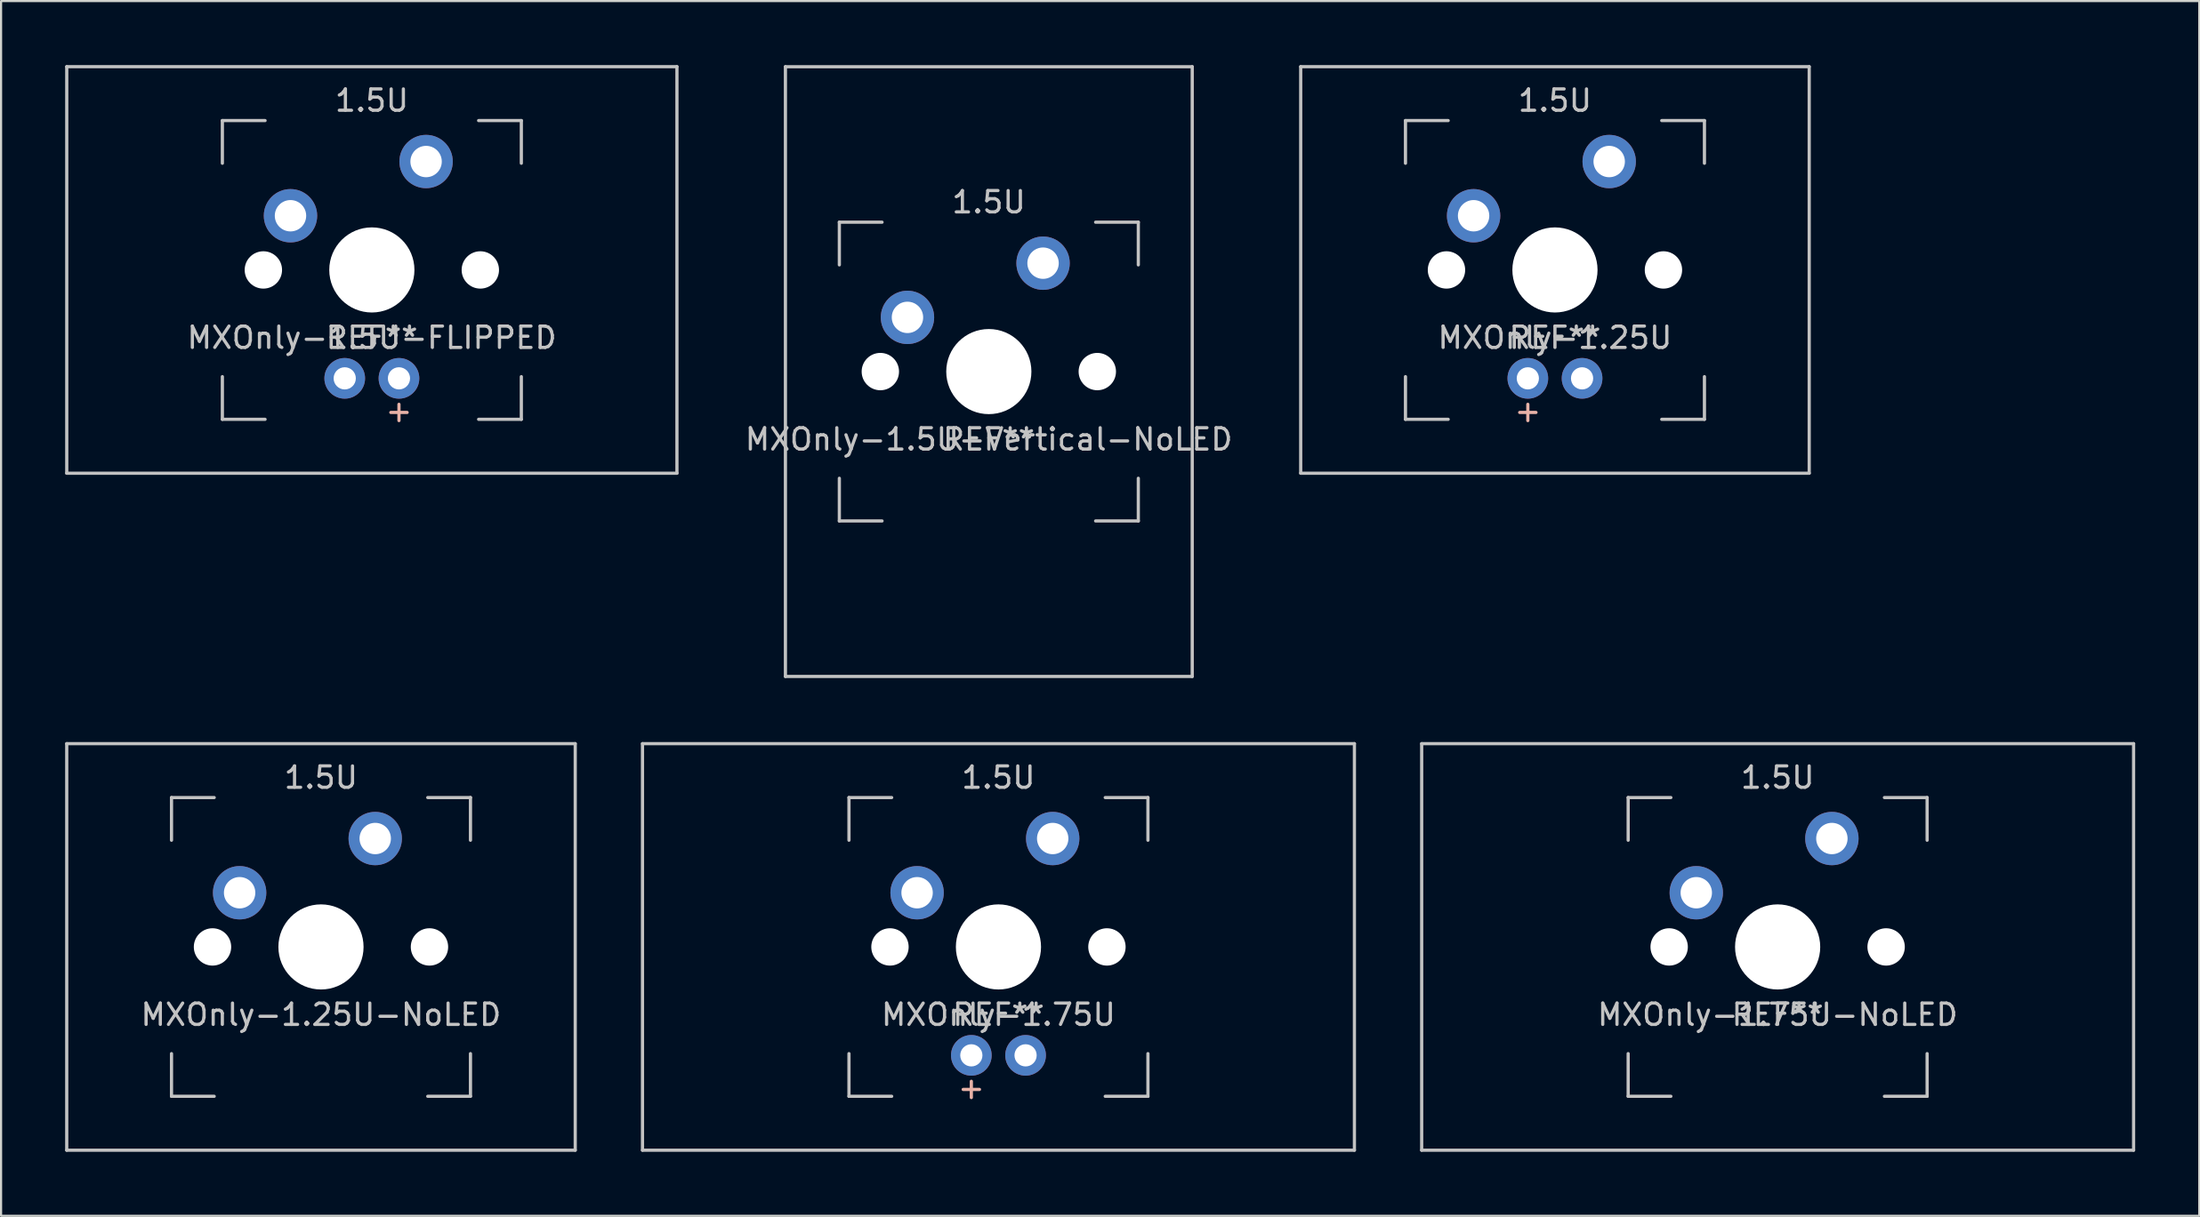
<source format=kicad_pcb>
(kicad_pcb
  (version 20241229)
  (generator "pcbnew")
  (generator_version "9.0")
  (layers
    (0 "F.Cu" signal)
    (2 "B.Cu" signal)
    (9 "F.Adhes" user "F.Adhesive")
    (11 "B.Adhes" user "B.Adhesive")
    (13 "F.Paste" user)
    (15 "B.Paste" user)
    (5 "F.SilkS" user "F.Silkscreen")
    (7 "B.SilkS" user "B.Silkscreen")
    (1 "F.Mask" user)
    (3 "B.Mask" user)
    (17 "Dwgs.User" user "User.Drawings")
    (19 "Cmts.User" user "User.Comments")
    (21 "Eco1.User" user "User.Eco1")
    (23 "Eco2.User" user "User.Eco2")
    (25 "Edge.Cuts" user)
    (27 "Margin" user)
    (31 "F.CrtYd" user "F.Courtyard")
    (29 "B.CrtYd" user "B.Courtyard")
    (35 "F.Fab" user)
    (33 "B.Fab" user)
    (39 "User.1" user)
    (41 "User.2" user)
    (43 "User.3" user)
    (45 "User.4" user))
  (footprint "MXOnly-1.75U"
    (layer "F.Cu")
    (at 43.706 41.325)
    (property "Reference" "MXOnly-1.75U" (at 0 3.175 0) (layer "Dwgs.User") (effects (font (size 1 1) (thickness 0.15))))
    (attr through_hole)
    (fp_line (start -16.669 -9.525) (end 16.669 -9.525) (stroke (width 0.15) (type solid)) (layer "Dwgs.User"))
    (fp_line (start -16.669 9.525) (end -16.669 -9.525) (stroke (width 0.15) (type solid)) (layer "Dwgs.User"))
    (fp_line (start -16.669 9.525) (end 16.669 9.525) (stroke (width 0.15) (type solid)) (layer "Dwgs.User"))
    (fp_line (start -7 -7) (end -7 -5) (stroke (width 0.15) (type solid)) (layer "Dwgs.User"))
    (fp_line (start -7 5) (end -7 7) (stroke (width 0.15) (type solid)) (layer "Dwgs.User"))
    (fp_line (start -7 7) (end -5 7) (stroke (width 0.15) (type solid)) (layer "Dwgs.User"))
    (fp_line (start -5 -7) (end -7 -7) (stroke (width 0.15) (type solid)) (layer "Dwgs.User"))
    (fp_line (start 5 -7) (end 7 -7) (stroke (width 0.15) (type solid)) (layer "Dwgs.User"))
    (fp_line (start 5 7) (end 7 7) (stroke (width 0.15) (type solid)) (layer "Dwgs.User"))
    (fp_line (start 7 -7) (end 7 -5) (stroke (width 0.15) (type solid)) (layer "Dwgs.User"))
    (fp_line (start 7 7) (end 7 5) (stroke (width 0.15) (type solid)) (layer "Dwgs.User"))
    (fp_line (start 16.669 -9.525) (end 16.669 9.525) (stroke (width 0.15) (type solid)) (layer "Dwgs.User"))
    (fp_text user "+" (at -1.27 6.604 0) (layer "B.SilkS") (effects (font (size 1 1) (thickness 0.15))))
    (fp_text user "REF**" (at 0 3.175 0) (layer "Dwgs.User") (effects (font (size 1 1) (thickness 0.15))))
    (fp_text user "1.5U" (at 0 -7.938 0) (layer "Dwgs.User") (effects (font (size 1 1) (thickness 0.15))))
    (pad "" np_thru_hole circle (at -5.08 0 48.1) (size 1.75 1.75) (drill 1.75) (layers "*.Cu" "*.Mask"))
    (pad "" np_thru_hole circle (at 0 0) (size 3.988 3.988) (drill 3.988) (layers "*.Cu" "*.Mask"))
    (pad "" np_thru_hole circle (at 5.08 0 48.1) (size 1.75 1.75) (drill 1.75) (layers "*.Cu" "*.Mask"))
    (pad "1" thru_hole circle (at -3.81 -2.54) (size 2.5 2.5) (drill 1.47) (layers "*.Cu" "B.Mask"))
    (pad "2" thru_hole circle (at 2.54 -5.08) (size 2.5 2.5) (drill 1.47) (layers "*.Cu" "B.Mask"))
    (pad "3" thru_hole circle (at -1.27 5.08) (size 1.905 1.905) (drill 1.04) (layers "*.Cu" "B.Mask"))
    (pad "4" thru_hole circle (at 1.27 5.08) (size 1.905 1.905) (drill 1.04) (layers "*.Cu" "B.Mask")))
  (footprint "MXOnly-1.5U-Vertical-NoLED"
    (layer "F.Cu")
    (at 43.255 14.363)
    (property "Reference" "MXOnly-1.5U-Vertical-NoLED" (at 0 3.175 0) (layer "Dwgs.User") (effects (font (size 1 1) (thickness 0.15))))
    (attr through_hole)
    (fp_line (start -9.525 -14.287) (end -9.525 14.287) (stroke (width 0.15) (type solid)) (layer "Dwgs.User"))
    (fp_line (start -7 -7) (end -7 -5) (stroke (width 0.15) (type solid)) (layer "Dwgs.User"))
    (fp_line (start -7 5) (end -7 7) (stroke (width 0.15) (type solid)) (layer "Dwgs.User"))
    (fp_line (start -7 7) (end -5 7) (stroke (width 0.15) (type solid)) (layer "Dwgs.User"))
    (fp_line (start -5 -7) (end -7 -7) (stroke (width 0.15) (type solid)) (layer "Dwgs.User"))
    (fp_line (start 5 -7) (end 7 -7) (stroke (width 0.15) (type solid)) (layer "Dwgs.User"))
    (fp_line (start 5 7) (end 7 7) (stroke (width 0.15) (type solid)) (layer "Dwgs.User"))
    (fp_line (start 7 -7) (end 7 -5) (stroke (width 0.15) (type solid)) (layer "Dwgs.User"))
    (fp_line (start 7 7) (end 7 5) (stroke (width 0.15) (type solid)) (layer "Dwgs.User"))
    (fp_line (start 9.525 -14.287) (end -9.525 -14.287) (stroke (width 0.15) (type solid)) (layer "Dwgs.User"))
    (fp_line (start 9.525 -14.287) (end 9.525 14.287) (stroke (width 0.15) (type solid)) (layer "Dwgs.User"))
    (fp_line (start 9.525 14.287) (end -9.525 14.287) (stroke (width 0.15) (type solid)) (layer "Dwgs.User"))
    (fp_text user "REF**" (at 0 3.175 0) (layer "Dwgs.User") (effects (font (size 1 1) (thickness 0.15))))
    (fp_text user "1.5U" (at 0 -7.938 0) (layer "Dwgs.User") (effects (font (size 1 1) (thickness 0.15))))
    (pad "" np_thru_hole circle (at -5.08 0 48.1) (size 1.75 1.75) (drill 1.75) (layers "*.Cu" "*.Mask"))
    (pad "" np_thru_hole circle (at 0 0) (size 3.988 3.988) (drill 3.988) (layers "*.Cu" "*.Mask"))
    (pad "" np_thru_hole circle (at 5.08 0 48.1) (size 1.75 1.75) (drill 1.75) (layers "*.Cu" "*.Mask"))
    (pad "1" thru_hole circle (at -3.81 -2.54) (size 2.5 2.5) (drill 1.47) (layers "*.Cu" "B.Mask"))
    (pad "2" thru_hole circle (at 2.54 -5.08) (size 2.5 2.5) (drill 1.47) (layers "*.Cu" "B.Mask")))
  (footprint "MXOnly-1.25U-NoLED"
    (layer "F.Cu")
    (at 11.981 41.325)
    (property "Reference" "MXOnly-1.25U-NoLED" (at 0 3.175 0) (layer "Dwgs.User") (effects (font (size 1 1) (thickness 0.15))))
    (attr through_hole)
    (fp_line (start -11.906 -9.525) (end 11.906 -9.525) (stroke (width 0.15) (type solid)) (layer "Dwgs.User"))
    (fp_line (start -11.906 9.525) (end -11.906 -9.525) (stroke (width 0.15) (type solid)) (layer "Dwgs.User"))
    (fp_line (start -11.906 9.525) (end 11.906 9.525) (stroke (width 0.15) (type solid)) (layer "Dwgs.User"))
    (fp_line (start -7 -7) (end -7 -5) (stroke (width 0.15) (type solid)) (layer "Dwgs.User"))
    (fp_line (start -7 5) (end -7 7) (stroke (width 0.15) (type solid)) (layer "Dwgs.User"))
    (fp_line (start -7 7) (end -5 7) (stroke (width 0.15) (type solid)) (layer "Dwgs.User"))
    (fp_line (start -5 -7) (end -7 -7) (stroke (width 0.15) (type solid)) (layer "Dwgs.User"))
    (fp_line (start 5 -7) (end 7 -7) (stroke (width 0.15) (type solid)) (layer "Dwgs.User"))
    (fp_line (start 5 7) (end 7 7) (stroke (width 0.15) (type solid)) (layer "Dwgs.User"))
    (fp_line (start 7 -7) (end 7 -5) (stroke (width 0.15) (type solid)) (layer "Dwgs.User"))
    (fp_line (start 7 7) (end 7 5) (stroke (width 0.15) (type solid)) (layer "Dwgs.User"))
    (fp_line (start 11.906 -9.525) (end 11.906 9.525) (stroke (width 0.15) (type solid)) (layer "Dwgs.User"))
    (fp_text user "1.5U" (at 0 -7.938 0) (layer "Dwgs.User") (effects (font (size 1 1) (thickness 0.15))))
    (pad "" np_thru_hole circle (at -5.08 0 48.1) (size 1.75 1.75) (drill 1.75) (layers "*.Cu" "*.Mask"))
    (pad "" np_thru_hole circle (at 0 0) (size 3.988 3.988) (drill 3.988) (layers "*.Cu" "*.Mask"))
    (pad "" np_thru_hole circle (at 5.08 0 48.1) (size 1.75 1.75) (drill 1.75) (layers "*.Cu" "*.Mask"))
    (pad "1" thru_hole circle (at -3.81 -2.54) (size 2.5 2.5) (drill 1.47) (layers "*.Cu" "B.Mask"))
    (pad "2" thru_hole circle (at 2.54 -5.08) (size 2.5 2.5) (drill 1.47) (layers "*.Cu" "B.Mask")))
  (footprint "MXOnly-1.5U-FLIPPED"
    (layer "F.Cu")
    (at 14.363 9.6)
    (property "Reference" "MXOnly-1.5U-FLIPPED" (at 0 3.175 0) (layer "Dwgs.User") (effects (font (size 1 1) (thickness 0.15))))
    (attr through_hole)
    (fp_line (start -14.287 -9.525) (end 14.287 -9.525) (stroke (width 0.15) (type solid)) (layer "Dwgs.User"))
    (fp_line (start -14.287 9.525) (end -14.287 -9.525) (stroke (width 0.15) (type solid)) (layer "Dwgs.User"))
    (fp_line (start -14.287 9.525) (end 14.287 9.525) (stroke (width 0.15) (type solid)) (layer "Dwgs.User"))
    (fp_line (start -7 -7) (end -7 -5) (stroke (width 0.15) (type solid)) (layer "Dwgs.User"))
    (fp_line (start -7 5) (end -7 7) (stroke (width 0.15) (type solid)) (layer "Dwgs.User"))
    (fp_line (start -7 7) (end -5 7) (stroke (width 0.15) (type solid)) (layer "Dwgs.User"))
    (fp_line (start -5 -7) (end -7 -7) (stroke (width 0.15) (type solid)) (layer "Dwgs.User"))
    (fp_line (start 5 -7) (end 7 -7) (stroke (width 0.15) (type solid)) (layer "Dwgs.User"))
    (fp_line (start 5 7) (end 7 7) (stroke (width 0.15) (type solid)) (layer "Dwgs.User"))
    (fp_line (start 7 -7) (end 7 -5) (stroke (width 0.15) (type solid)) (layer "Dwgs.User"))
    (fp_line (start 7 7) (end 7 5) (stroke (width 0.15) (type solid)) (layer "Dwgs.User"))
    (fp_line (start 14.287 -9.525) (end 14.287 9.525) (stroke (width 0.15) (type solid)) (layer "Dwgs.User"))
    (fp_text user "+" (at 1.27 6.604 0) (layer "B.SilkS") (effects (font (size 1 1) (thickness 0.15))))
    (fp_text user "1.5U" (at 0 -7.938 0) (layer "Dwgs.User") (effects (font (size 1 1) (thickness 0.15))))
    (fp_text user "REF**" (at 0 3.175 0) (layer "Dwgs.User") (effects (font (size 1 1) (thickness 0.15))))
    (pad "" np_thru_hole circle (at -5.08 0 48.1) (size 1.75 1.75) (drill 1.75) (layers "*.Cu" "*.Mask"))
    (pad "" np_thru_hole circle (at 0 0) (size 3.988 3.988) (drill 3.988) (layers "*.Cu" "*.Mask"))
    (pad "" np_thru_hole circle (at 5.08 0 48.1) (size 1.75 1.75) (drill 1.75) (layers "*.Cu" "*.Mask"))
    (pad "1" thru_hole circle (at -3.81 -2.54) (size 2.5 2.5) (drill 1.47) (layers "*.Cu" "B.Mask"))
    (pad "2" thru_hole circle (at 2.54 -5.08) (size 2.5 2.5) (drill 1.47) (layers "*.Cu" "B.Mask"))
    (pad "3" thru_hole circle (at 1.27 5.08) (size 1.905 1.905) (drill 1.04) (layers "*.Cu" "B.Mask"))
    (pad "4" thru_hole circle (at -1.27 5.08) (size 1.905 1.905) (drill 1.04) (layers "*.Cu" "B.Mask")))
  (footprint "MXOnly-1.25U"
    (layer "F.Cu")
    (at 69.766 9.6)
    (property "Reference" "MXOnly-1.25U" (at 0 3.175 0) (layer "Dwgs.User") (effects (font (size 1 1) (thickness 0.15))))
    (attr through_hole)
    (fp_line (start -11.906 -9.525) (end 11.906 -9.525) (stroke (width 0.15) (type solid)) (layer "Dwgs.User"))
    (fp_line (start -11.906 9.525) (end -11.906 -9.525) (stroke (width 0.15) (type solid)) (layer "Dwgs.User"))
    (fp_line (start -11.906 9.525) (end 11.906 9.525) (stroke (width 0.15) (type solid)) (layer "Dwgs.User"))
    (fp_line (start -7 -7) (end -7 -5) (stroke (width 0.15) (type solid)) (layer "Dwgs.User"))
    (fp_line (start -7 5) (end -7 7) (stroke (width 0.15) (type solid)) (layer "Dwgs.User"))
    (fp_line (start -7 7) (end -5 7) (stroke (width 0.15) (type solid)) (layer "Dwgs.User"))
    (fp_line (start -5 -7) (end -7 -7) (stroke (width 0.15) (type solid)) (layer "Dwgs.User"))
    (fp_line (start 5 -7) (end 7 -7) (stroke (width 0.15) (type solid)) (layer "Dwgs.User"))
    (fp_line (start 5 7) (end 7 7) (stroke (width 0.15) (type solid)) (layer "Dwgs.User"))
    (fp_line (start 7 -7) (end 7 -5) (stroke (width 0.15) (type solid)) (layer "Dwgs.User"))
    (fp_line (start 7 7) (end 7 5) (stroke (width 0.15) (type solid)) (layer "Dwgs.User"))
    (fp_line (start 11.906 -9.525) (end 11.906 9.525) (stroke (width 0.15) (type solid)) (layer "Dwgs.User"))
    (fp_text user "+" (at -1.27 6.604 0) (layer "B.SilkS") (effects (font (size 1 1) (thickness 0.15))))
    (fp_text user "1.5U" (at 0 -7.938 0) (layer "Dwgs.User") (effects (font (size 1 1) (thickness 0.15))))
    (fp_text user "REF**" (at 0 3.175 0) (layer "Dwgs.User") (effects (font (size 1 1) (thickness 0.15))))
    (pad "" np_thru_hole circle (at -5.08 0 48.1) (size 1.75 1.75) (drill 1.75) (layers "*.Cu" "*.Mask"))
    (pad "" np_thru_hole circle (at 0 0) (size 3.988 3.988) (drill 3.988) (layers "*.Cu" "*.Mask"))
    (pad "" np_thru_hole circle (at 5.08 0 48.1) (size 1.75 1.75) (drill 1.75) (layers "*.Cu" "*.Mask"))
    (pad "1" thru_hole circle (at -3.81 -2.54) (size 2.5 2.5) (drill 1.47) (layers "*.Cu" "B.Mask"))
    (pad "2" thru_hole circle (at 2.54 -5.08) (size 2.5 2.5) (drill 1.47) (layers "*.Cu" "B.Mask"))
    (pad "3" thru_hole circle (at -1.27 5.08) (size 1.905 1.905) (drill 1.04) (layers "*.Cu" "B.Mask"))
    (pad "4" thru_hole circle (at 1.27 5.08) (size 1.905 1.905) (drill 1.04) (layers "*.Cu" "B.Mask")))
  (footprint "MXOnly-1.75U-NoLED"
    (layer "F.Cu")
    (at 80.194 41.325)
    (property "Reference" "MXOnly-1.75U-NoLED" (at 0 3.175 0) (layer "Dwgs.User") (effects (font (size 1 1) (thickness 0.15))))
    (attr through_hole)
    (fp_line (start -16.669 -9.525) (end 16.669 -9.525) (stroke (width 0.15) (type solid)) (layer "Dwgs.User"))
    (fp_line (start -16.669 9.525) (end -16.669 -9.525) (stroke (width 0.15) (type solid)) (layer "Dwgs.User"))
    (fp_line (start -16.669 9.525) (end 16.669 9.525) (stroke (width 0.15) (type solid)) (layer "Dwgs.User"))
    (fp_line (start -7 -7) (end -7 -5) (stroke (width 0.15) (type solid)) (layer "Dwgs.User"))
    (fp_line (start -7 5) (end -7 7) (stroke (width 0.15) (type solid)) (layer "Dwgs.User"))
    (fp_line (start -7 7) (end -5 7) (stroke (width 0.15) (type solid)) (layer "Dwgs.User"))
    (fp_line (start -5 -7) (end -7 -7) (stroke (width 0.15) (type solid)) (layer "Dwgs.User"))
    (fp_line (start 5 -7) (end 7 -7) (stroke (width 0.15) (type solid)) (layer "Dwgs.User"))
    (fp_line (start 5 7) (end 7 7) (stroke (width 0.15) (type solid)) (layer "Dwgs.User"))
    (fp_line (start 7 -7) (end 7 -5) (stroke (width 0.15) (type solid)) (layer "Dwgs.User"))
    (fp_line (start 7 7) (end 7 5) (stroke (width 0.15) (type solid)) (layer "Dwgs.User"))
    (fp_line (start 16.669 -9.525) (end 16.669 9.525) (stroke (width 0.15) (type solid)) (layer "Dwgs.User"))
    (fp_text user "REF**" (at 0 3.175 0) (layer "Dwgs.User") (effects (font (size 1 1) (thickness 0.15))))
    (fp_text user "1.5U" (at 0 -7.938 0) (layer "Dwgs.User") (effects (font (size 1 1) (thickness 0.15))))
    (pad "" np_thru_hole circle (at -5.08 0 48.1) (size 1.75 1.75) (drill 1.75) (layers "*.Cu" "*.Mask"))
    (pad "" np_thru_hole circle (at 0 0) (size 3.988 3.988) (drill 3.988) (layers "*.Cu" "*.Mask"))
    (pad "" np_thru_hole circle (at 5.08 0 48.1) (size 1.75 1.75) (drill 1.75) (layers "*.Cu" "*.Mask"))
    (pad "1" thru_hole circle (at -3.81 -2.54) (size 2.5 2.5) (drill 1.47) (layers "*.Cu" "B.Mask"))
    (pad "2" thru_hole circle (at 2.54 -5.08) (size 2.5 2.5) (drill 1.47) (layers "*.Cu" "B.Mask")))
  (gr_rect
    (start -3 -3)
    (end 99.938 53.925)
    (stroke (width 0.1) (type default))
    (fill no)
    (layer "Edge.Cuts")))
</source>
